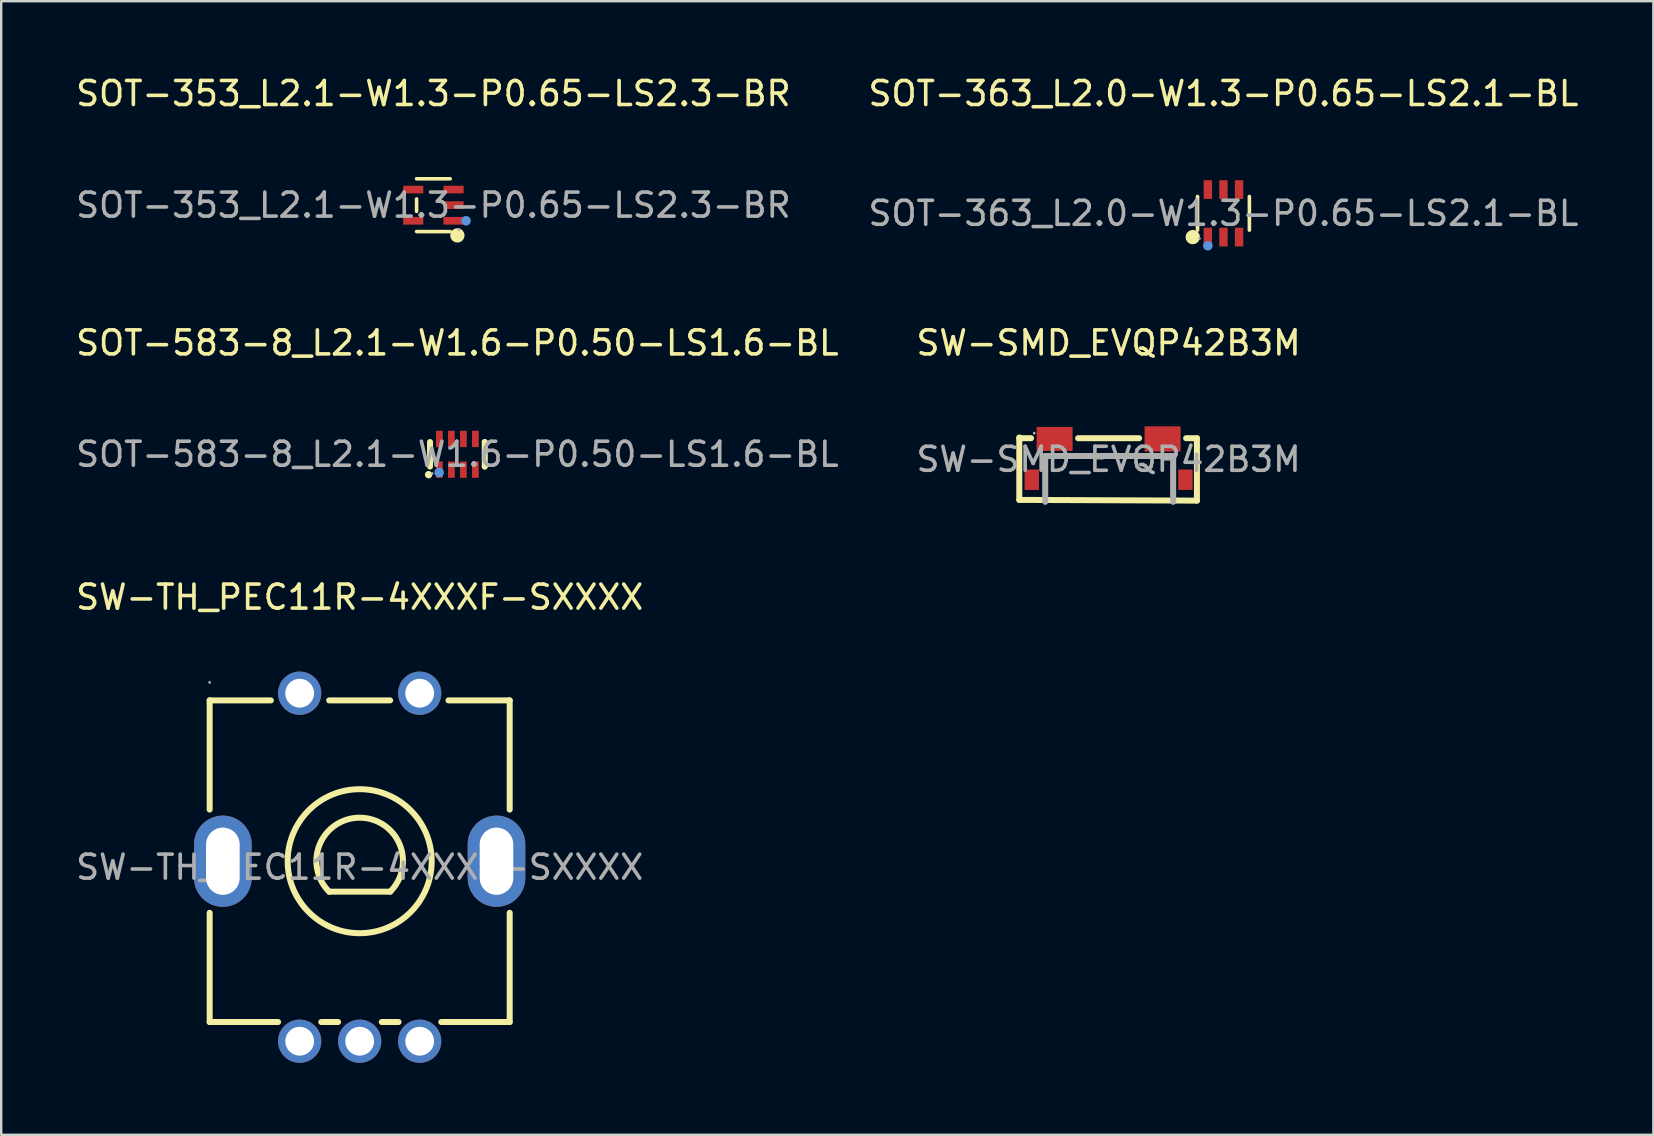
<source format=kicad_pcb>
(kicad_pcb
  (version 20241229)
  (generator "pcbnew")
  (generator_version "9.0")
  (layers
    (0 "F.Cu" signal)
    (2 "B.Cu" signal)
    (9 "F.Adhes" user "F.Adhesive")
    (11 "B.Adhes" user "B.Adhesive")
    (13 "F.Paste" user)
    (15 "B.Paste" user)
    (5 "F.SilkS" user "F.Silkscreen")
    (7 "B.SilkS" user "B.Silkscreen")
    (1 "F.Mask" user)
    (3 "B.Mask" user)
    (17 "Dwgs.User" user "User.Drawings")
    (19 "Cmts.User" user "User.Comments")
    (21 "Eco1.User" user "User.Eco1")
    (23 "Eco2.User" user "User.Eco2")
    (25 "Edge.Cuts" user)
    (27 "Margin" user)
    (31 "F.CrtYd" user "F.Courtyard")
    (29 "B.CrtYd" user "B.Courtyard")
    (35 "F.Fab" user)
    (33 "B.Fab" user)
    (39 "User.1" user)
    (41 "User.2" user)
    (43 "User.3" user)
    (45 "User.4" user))
  (footprint "SOT-583-8_L2.1-W1.6-P0.50-LS1.6-BL"
    (layer "F.Cu")
    (at 16.006 15.877)
    (property "Reference" "SOT-583-8_L2.1-W1.6-P0.50-LS1.6-BL" (at 0 -4.64 0) (layer "F.SilkS") (effects (font (size 1 1) (thickness 0.15))))
    (attr smd)
    (fp_line (start -1.14 -0.51) (end -1.14 0.51) (stroke (width 0.25) (type solid)) (layer "F.SilkS"))
    (fp_line (start 1.14 -0.51) (end 1.14 -0.51) (stroke (width 0.25) (type solid)) (layer "F.SilkS"))
    (fp_line (start 1.14 0.51) (end 1.14 -0.51) (stroke (width 0.25) (type solid)) (layer "F.SilkS"))
    (fp_line (start 1.14 0.51) (end 1.14 0.51) (stroke (width 0.25) (type solid)) (layer "F.SilkS"))
    (fp_circle (center -1.2 0.85) (end -1.12 0.85) (stroke (width 0.15) (type solid)) (fill no) (layer "F.SilkS"))
    (fp_circle (center -0.76 0.76) (end -0.66 0.76) (stroke (width 0.2) (type solid)) (fill no) (layer "Cmts.User"))
    (fp_circle (center -1.05 0.8) (end -1.02 0.8) (stroke (width 0.06) (type solid)) (fill no) (layer "F.Fab"))
    (fp_text user "${REFERENCE}" (at 0 0 0) (layer "F.Fab") (effects (font (size 1 1) (thickness 0.15))))
    (pad "1" smd rect (at -0.75 0.64) (size 0.28 0.68) (layers "F.Cu" "F.Mask" "F.Paste"))
    (pad "2" smd rect (at -0.25 0.64) (size 0.28 0.68) (layers "F.Cu" "F.Mask" "F.Paste"))
    (pad "3" smd rect (at 0.25 0.64) (size 0.28 0.68) (layers "F.Cu" "F.Mask" "F.Paste"))
    (pad "4" smd rect (at 0.75 0.64) (size 0.28 0.68) (layers "F.Cu" "F.Mask" "F.Paste"))
    (pad "5" smd rect (at 0.75 -0.64) (size 0.28 0.68) (layers "F.Cu" "F.Mask" "F.Paste"))
    (pad "6" smd rect (at 0.25 -0.64) (size 0.28 0.68) (layers "F.Cu" "F.Mask" "F.Paste"))
    (pad "7" smd rect (at -0.25 -0.64) (size 0.28 0.68) (layers "F.Cu" "F.Mask" "F.Paste"))
    (pad "8" smd rect (at -0.75 -0.64) (size 0.28 0.68) (layers "F.Cu" "F.Mask" "F.Paste")))
  (footprint "SOT-353_L2.1-W1.3-P0.65-LS2.3-BR"
    (layer "F.Cu")
    (at 15.006 5.498)
    (property "Reference" "SOT-353_L2.1-W1.3-P0.65-LS2.3-BR" (at 0 -4.65 0) (layer "F.SilkS") (effects (font (size 1 1) (thickness 0.15))))
    (attr smd)
    (fp_line (start -0.7 -0.26) (end -0.7 0.26) (stroke (width 0.15) (type solid)) (layer "F.SilkS"))
    (fp_line (start 0.7 -1.1) (end -0.7 -1.1) (stroke (width 0.15) (type solid)) (layer "F.SilkS"))
    (fp_line (start 0.7 1.1) (end -0.7 1.1) (stroke (width 0.15) (type solid)) (layer "F.SilkS"))
    (fp_circle (center 1 1.26) (end 1.15 1.26) (stroke (width 0.3) (type solid)) (fill no) (layer "F.SilkS"))
    (fp_circle (center 1.36 0.65) (end 1.46 0.65) (stroke (width 0.2) (type solid)) (fill no) (layer "Cmts.User"))
    (fp_circle (center 1.06 1.02) (end 1.09 1.02) (stroke (width 0.06) (type solid)) (fill no) (layer "F.Fab"))
    (fp_text user "${REFERENCE}" (at 0 0 0) (layer "F.Fab") (effects (font (size 1 1) (thickness 0.15))))
    (pad "1" smd rect (at 0.84 0.65) (size 0.84 0.32) (layers "F.Cu" "F.Mask" "F.Paste"))
    (pad "2" smd rect (at 0.84 0) (size 0.84 0.32) (layers "F.Cu" "F.Mask" "F.Paste"))
    (pad "3" smd rect (at 0.84 -0.65) (size 0.84 0.32) (layers "F.Cu" "F.Mask" "F.Paste"))
    (pad "4" smd rect (at -0.84 -0.65) (size 0.84 0.32) (layers "F.Cu" "F.Mask" "F.Paste"))
    (pad "5" smd rect (at -0.84 0.65) (size 0.84 0.32) (layers "F.Cu" "F.Mask" "F.Paste")))
  (footprint "SW-TH_PEC11R-4XXXF-SXXXX"
    (layer "F.Cu")
    (at 11.935 33.08)
    (property "Reference" "SW-TH_PEC11R-4XXXF-SXXXX" (at 0 -11.25 0) (layer "F.SilkS") (effects (font (size 1 1) (thickness 0.15))))
    (attr smd)
    (fp_line (start -6.25 -6.95) (end -3.7 -6.95) (stroke (width 0.25) (type solid)) (layer "F.SilkS"))
    (fp_line (start -6.25 -2.4) (end -6.25 -6.95) (stroke (width 0.25) (type solid)) (layer "F.SilkS"))
    (fp_line (start -6.25 6.45) (end -6.25 1.9) (stroke (width 0.25) (type solid)) (layer "F.SilkS"))
    (fp_line (start -6.25 6.45) (end -3.4 6.45) (stroke (width 0.25) (type solid)) (layer "F.SilkS"))
    (fp_line (start -1.6 6.45) (end -0.9 6.45) (stroke (width 0.25) (type solid)) (layer "F.SilkS"))
    (fp_line (start -1.27 -6.95) (end 1.27 -6.95) (stroke (width 0.25) (type solid)) (layer "F.SilkS"))
    (fp_line (start 0.92 6.45) (end 1.62 6.45) (stroke (width 0.25) (type solid)) (layer "F.SilkS"))
    (fp_line (start 1.27 1.02) (end -1.27 1.02) (stroke (width 0.25) (type solid)) (layer "F.SilkS"))
    (fp_line (start 3.4 6.45) (end 6.25 6.45) (stroke (width 0.25) (type solid)) (layer "F.SilkS"))
    (fp_line (start 3.7 -6.95) (end 6.25 -6.95) (stroke (width 0.25) (type solid)) (layer "F.SilkS"))
    (fp_line (start 6.25 -2.4) (end 6.25 -6.95) (stroke (width 0.25) (type solid)) (layer "F.SilkS"))
    (fp_line (start 6.25 6.45) (end 6.25 1.9) (stroke (width 0.25) (type solid)) (layer "F.SilkS"))
    (fp_arc (start -1.27 1.02) (mid -0.003137 -2.063133) (end 1.274446 1.015573) (stroke (width 0.25) (type solid)) (layer "F.SilkS"))
    (fp_circle (center 0 -0.25) (end 3 -0.25) (stroke (width 0.25) (type solid)) (fill no) (layer "F.SilkS"))
    (fp_circle (center -6.25 -7.7) (end -6.22 -7.7) (stroke (width 0.06) (type solid)) (fill no) (layer "F.Fab"))
    (fp_circle (center -2.5 -7.25) (end -2.27 -7.25) (stroke (width 0.45) (type solid)) (fill no) (layer "F.Fab"))
    (fp_circle (center -2.5 7.25) (end -2.27 7.25) (stroke (width 0.45) (type solid)) (fill no) (layer "F.Fab"))
    (fp_circle (center 0 7.25) (end 0.23 7.25) (stroke (width 0.45) (type solid)) (fill no) (layer "F.Fab"))
    (fp_circle (center 2.5 -7.25) (end 2.73 -7.25) (stroke (width 0.45) (type solid)) (fill no) (layer "F.Fab"))
    (fp_circle (center 2.5 7.25) (end 2.73 7.25) (stroke (width 0.45) (type solid)) (fill no) (layer "F.Fab"))
    (fp_text user "${REFERENCE}" (at 0 0 0) (layer "F.Fab") (effects (font (size 1 1) (thickness 0.15))))
    (pad "1" thru_hole circle (at -2.5 -7.25) (size 1.8 1.8) (drill 1.2) (layers "*.Cu" "*.Paste" "*.Mask"))
    (pad "2" thru_hole circle (at 2.5 -7.25) (size 1.8 1.8) (drill 1.2) (layers "*.Cu" "*.Paste" "*.Mask"))
    (pad "A" thru_hole circle (at -2.5 7.25) (size 1.8 1.8) (drill 1.2) (layers "*.Cu" "*.Paste" "*.Mask"))
    (pad "B" thru_hole circle (at 2.5 7.25) (size 1.8 1.8) (drill 1.2) (layers "*.Cu" "*.Paste" "*.Mask"))
    (pad "C" thru_hole circle (at 0 7.25) (size 1.8 1.8) (drill 1.2) (layers "*.Cu" "*.Paste" "*.Mask"))
    (pad "MT1" thru_hole oval (at -5.7 -0.25) (size 2.4 3.8) (drill oval 1.4 2.8) (layers "*.Cu" "*.Paste" "*.Mask"))
    (pad "MT2" thru_hole oval (at 5.7 -0.25) (size 2.4 3.8) (drill oval 1.4 2.8) (layers "*.Cu" "*.Paste" "*.Mask")))
  (footprint "SW-SMD_EVQP42B3M"
    (layer "F.Cu")
    (at 43.137 16.087)
    (property "Reference" "SW-SMD_EVQP42B3M" (at 0 -4.85 0) (layer "F.SilkS") (effects (font (size 1 1) (thickness 0.15))))
    (attr smd)
    (fp_line (start -3.72 1.69) (end -3.72 -0.91) (stroke (width 0.25) (type solid)) (layer "F.SilkS"))
    (fp_line (start -3.23 -0.88) (end -3.72 -0.88) (stroke (width 0.25) (type solid)) (layer "F.SilkS"))
    (fp_line (start 1.27 -0.88) (end -1.27 -0.88) (stroke (width 0.25) (type solid)) (layer "F.SilkS"))
    (fp_line (start 3.68 -0.88) (end 3.23 -0.88) (stroke (width 0.25) (type solid)) (layer "F.SilkS"))
    (fp_line (start 3.68 1.72) (end -3.72 1.69) (stroke (width 0.25) (type solid)) (layer "F.SilkS"))
    (fp_line (start 3.68 1.72) (end 3.68 -0.88) (stroke (width 0.25) (type solid)) (layer "F.SilkS"))
    (fp_line (start -2.64 -0.14) (end 2.69 -0.14) (stroke (width 0.25) (type solid)) (layer "F.Fab"))
    (fp_line (start -2.64 1.77) (end -2.64 -0.14) (stroke (width 0.25) (type solid)) (layer "F.Fab"))
    (fp_line (start 2.69 -0.14) (end 2.69 1.77) (stroke (width 0.25) (type solid)) (layer "F.Fab"))
    (fp_circle (center -3.1 -1.09) (end -3.07 -1.09) (stroke (width 0.06) (type solid)) (fill no) (layer "F.Fab"))
    (fp_text user "${REFERENCE}" (at 0 0 0) (layer "F.Fab") (effects (font (size 1 1) (thickness 0.15))))
    (pad "1" smd rect (at -2.25 -0.85) (size 1.5 1) (layers "F.Cu" "F.Mask" "F.Paste"))
    (pad "2" smd rect (at 2.25 -0.85) (size 1.5 1.05) (layers "F.Cu" "F.Mask" "F.Paste"))
    (pad "3" smd rect (at -3.2 0.85) (size 0.6 0.85) (layers "F.Cu" "F.Mask" "F.Paste"))
    (pad "4" smd rect (at 3.2 0.85) (size 0.6 0.85) (layers "F.Cu" "F.Mask" "F.Paste")))
  (footprint "SOT-363_L2.0-W1.3-P0.65-LS2.1-BL"
    (layer "F.Cu")
    (at 47.923 5.838)
    (property "Reference" "SOT-363_L2.0-W1.3-P0.65-LS2.1-BL" (at 0 -4.99 0) (layer "F.SilkS") (effects (font (size 1 1) (thickness 0.15))))
    (attr smd)
    (fp_line (start -1.08 0.7) (end -1.08 -0.7) (stroke (width 0.15) (type solid)) (layer "F.SilkS"))
    (fp_line (start 1.08 0.7) (end 1.08 -0.7) (stroke (width 0.15) (type solid)) (layer "F.SilkS"))
    (fp_circle (center -1.28 0.99) (end -1.13 0.99) (stroke (width 0.3) (type solid)) (fill no) (layer "F.SilkS"))
    (fp_circle (center -0.65 1.35) (end -0.55 1.35) (stroke (width 0.2) (type solid)) (fill no) (layer "Cmts.User"))
    (fp_circle (center -1 1.05) (end -0.97 1.05) (stroke (width 0.06) (type solid)) (fill no) (layer "F.Fab"))
    (fp_text user "${REFERENCE}" (at 0 0 0) (layer "F.Fab") (effects (font (size 1 1) (thickness 0.15))))
    (pad "1" smd rect (at -0.65 0.99) (size 0.35 0.78) (layers "F.Cu" "F.Mask" "F.Paste"))
    (pad "2" smd rect (at 0 0.99) (size 0.35 0.78) (layers "F.Cu" "F.Mask" "F.Paste"))
    (pad "3" smd rect (at 0.65 0.99) (size 0.35 0.78) (layers "F.Cu" "F.Mask" "F.Paste"))
    (pad "4" smd rect (at 0.65 -0.99) (size 0.35 0.78) (layers "F.Cu" "F.Mask" "F.Paste"))
    (pad "5" smd rect (at 0 -0.99) (size 0.35 0.78) (layers "F.Cu" "F.Mask" "F.Paste"))
    (pad "6" smd rect (at -0.65 -0.99) (size 0.35 0.78) (layers "F.Cu" "F.Mask" "F.Paste")))
  (gr_rect
    (start -3 -3)
    (end 65.833 44.23)
    (stroke (width 0.1) (type default))
    (fill no)
    (layer "Edge.Cuts")))
</source>
